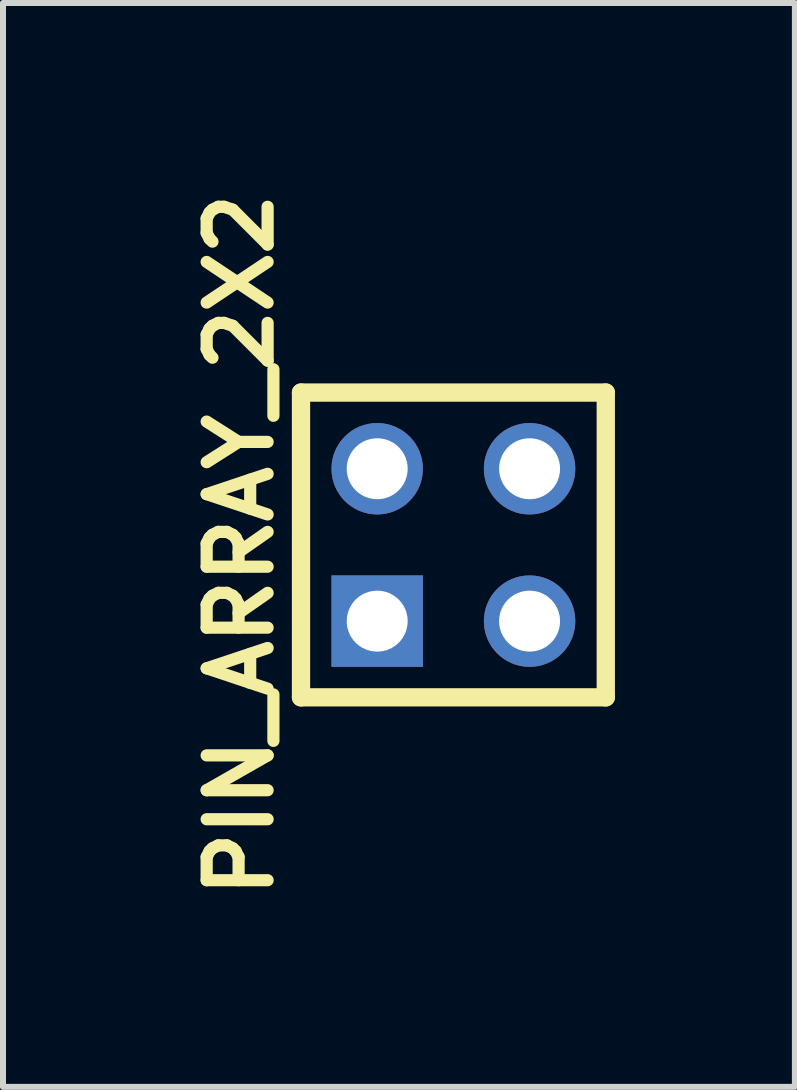
<source format=kicad_pcb>
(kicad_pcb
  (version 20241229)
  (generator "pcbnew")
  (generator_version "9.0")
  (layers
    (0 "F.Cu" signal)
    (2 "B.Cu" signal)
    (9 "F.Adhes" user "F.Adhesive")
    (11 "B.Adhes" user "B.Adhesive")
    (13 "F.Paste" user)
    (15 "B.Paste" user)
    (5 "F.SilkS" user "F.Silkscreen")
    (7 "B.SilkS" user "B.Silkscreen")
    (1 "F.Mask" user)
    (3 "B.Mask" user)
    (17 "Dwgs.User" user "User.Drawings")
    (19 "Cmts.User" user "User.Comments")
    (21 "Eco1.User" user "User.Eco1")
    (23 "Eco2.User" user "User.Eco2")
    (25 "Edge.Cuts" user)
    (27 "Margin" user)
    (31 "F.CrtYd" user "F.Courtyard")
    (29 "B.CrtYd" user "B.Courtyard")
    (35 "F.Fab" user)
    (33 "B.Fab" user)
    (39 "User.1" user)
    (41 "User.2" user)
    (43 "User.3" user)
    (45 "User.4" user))
  (footprint "PIN_ARRAY_2X2"
    (layer "F.Cu")
    (at 4.507 6.033)
    (property "Reference" "PIN_ARRAY_2X2" (at -3.556 0 90) (layer "F.SilkS") (effects (font (size 1.016 1.016) (thickness 0.203))))
    (attr through_hole)
    (fp_line (start -2.54 -2.54) (end 2.54 -2.54) (stroke (width 0.305) (type solid)) (layer "F.SilkS"))
    (fp_line (start -2.54 2.54) (end -2.54 -2.54) (stroke (width 0.305) (type solid)) (layer "F.SilkS"))
    (fp_line (start 2.54 -2.54) (end 2.54 2.54) (stroke (width 0.305) (type solid)) (layer "F.SilkS"))
    (fp_line (start 2.54 2.54) (end -2.54 2.54) (stroke (width 0.305) (type solid)) (layer "F.SilkS"))
    (pad "1" thru_hole rect (at -1.27 1.27) (size 1.524 1.524) (drill 1.016) (layers "*.Cu" "*.Mask"))
    (pad "2" thru_hole circle (at -1.27 -1.27) (size 1.524 1.524) (drill 1.016) (layers "*.Cu" "*.Mask"))
    (pad "3" thru_hole circle (at 1.27 1.27) (size 1.524 1.524) (drill 1.016) (layers "*.Cu" "*.Mask"))
    (pad "4" thru_hole circle (at 1.27 -1.27) (size 1.524 1.524) (drill 1.016) (layers "*.Cu" "*.Mask")))
  (gr_rect
    (start -3 -3)
    (end 10.199 15.066)
    (stroke (width 0.1) (type default))
    (fill no)
    (layer "Edge.Cuts")))
</source>
